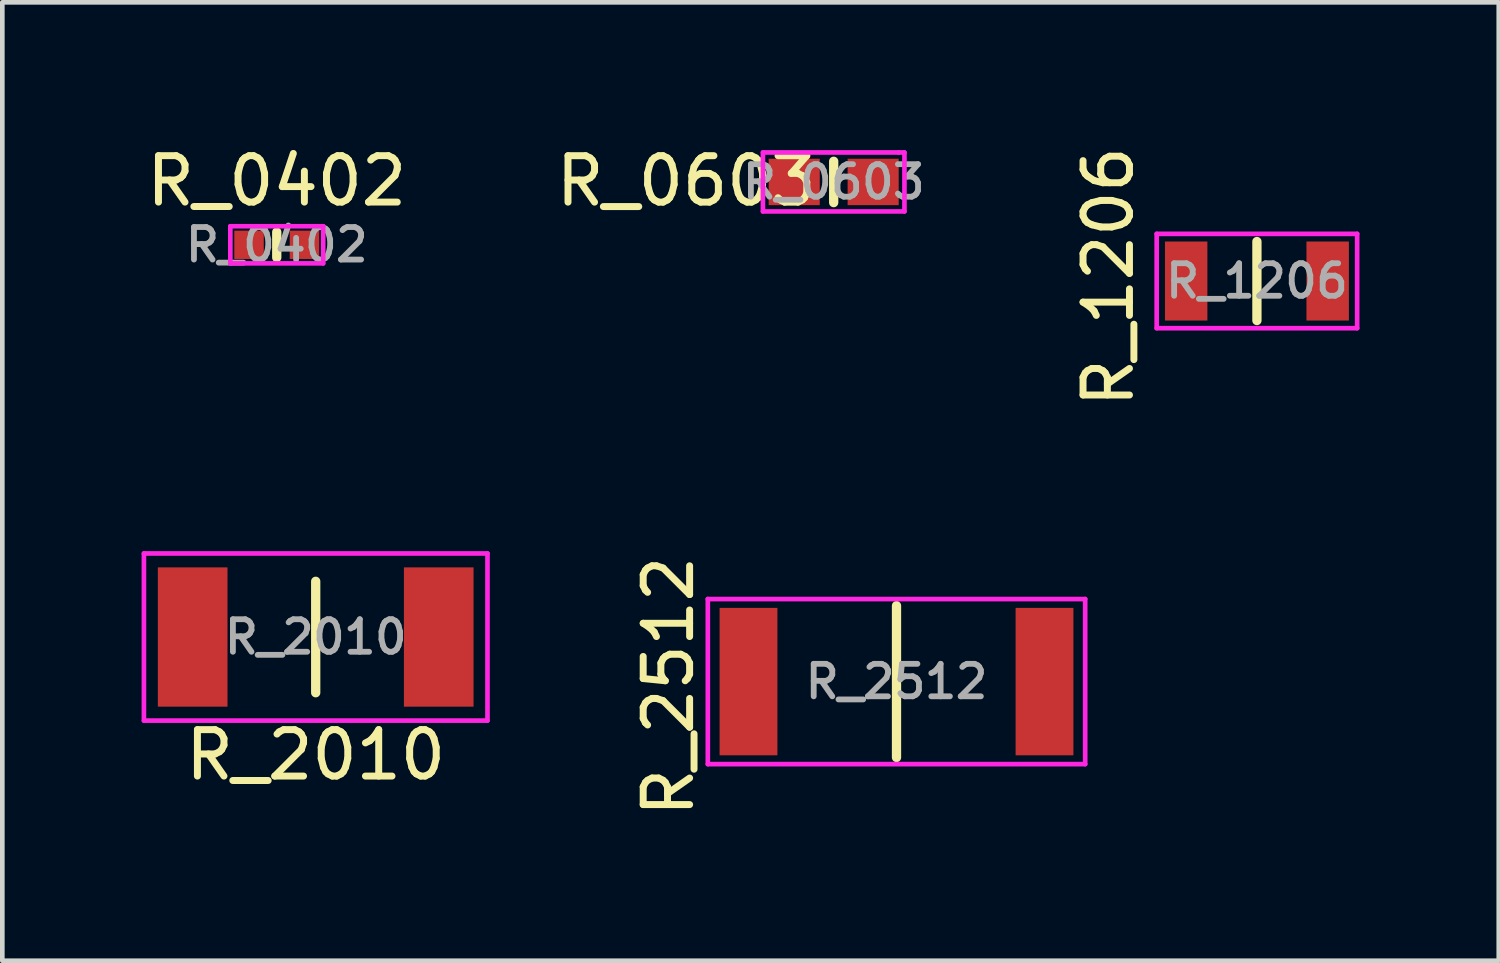
<source format=kicad_pcb>
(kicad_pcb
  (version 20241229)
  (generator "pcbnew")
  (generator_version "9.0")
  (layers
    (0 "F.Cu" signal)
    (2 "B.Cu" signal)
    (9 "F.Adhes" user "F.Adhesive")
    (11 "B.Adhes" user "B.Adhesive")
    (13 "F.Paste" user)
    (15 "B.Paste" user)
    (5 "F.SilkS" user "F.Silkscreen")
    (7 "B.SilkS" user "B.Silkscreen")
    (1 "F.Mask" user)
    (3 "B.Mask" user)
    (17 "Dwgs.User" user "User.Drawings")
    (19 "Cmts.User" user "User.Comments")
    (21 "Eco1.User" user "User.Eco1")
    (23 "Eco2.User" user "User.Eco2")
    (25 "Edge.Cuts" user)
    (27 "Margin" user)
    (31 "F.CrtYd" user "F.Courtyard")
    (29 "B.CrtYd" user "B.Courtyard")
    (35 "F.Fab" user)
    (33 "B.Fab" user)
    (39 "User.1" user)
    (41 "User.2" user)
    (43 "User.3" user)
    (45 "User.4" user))
  (footprint "R_2512"
    (placed yes)
    (layer "F.Cu")
    (at 16.26 11.631)
    (property "Reference" "R_2512" (at -4.911 0.101 90) (layer "F.SilkS") (effects (font (size 1 1) (thickness 0.15))))
    (attr through_hole)
    (fp_line (start 0 -1.635) (end 0 1.635) (stroke (width 0.2) (type solid)) (layer "F.SilkS"))
    (fp_line (start -4.064 -1.778) (end 4.064 -1.778) (stroke (width 0.1) (type solid)) (layer "F.CrtYd"))
    (fp_line (start -4.064 1.778) (end -4.064 -1.778) (stroke (width 0.1) (type solid)) (layer "F.CrtYd"))
    (fp_line (start 4.064 -1.778) (end 4.064 1.778) (stroke (width 0.1) (type solid)) (layer "F.CrtYd"))
    (fp_line (start 4.064 1.778) (end -4.064 1.778) (stroke (width 0.1) (type solid)) (layer "F.CrtYd"))
    (fp_text user "${REFERENCE}" (at 0 0 0) (layer "F.Fab") (effects (font (size 0.7 0.7) (thickness 0.125))))
    (pad "1" smd rect (at -3.188 0) (size 1.245 3.175) (layers "F.Cu" "F.Mask" "F.Paste"))
    (pad "2" smd rect (at 3.188 0) (size 1.245 3.175) (layers "F.Cu" "F.Mask" "F.Paste")))
  (footprint "R_0603"
    (placed yes)
    (layer "F.Cu")
    (at 14.907 0.869)
    (property "Reference" "R_0603" (at -3.175 -0.02 0) (layer "F.SilkS") (effects (font (size 1 1) (thickness 0.15))))
    (attr smd)
    (fp_line (start 0 -0.445) (end 0 0.445) (stroke (width 0.2) (type solid)) (layer "F.SilkS"))
    (fp_line (start -1.524 -0.635) (end -1.524 0.635) (stroke (width 0.1) (type solid)) (layer "F.CrtYd"))
    (fp_line (start -1.524 0.635) (end 1.524 0.635) (stroke (width 0.1) (type solid)) (layer "F.CrtYd"))
    (fp_line (start 1.397 -0.635) (end -1.524 -0.635) (stroke (width 0.1) (type solid)) (layer "F.CrtYd"))
    (fp_line (start 1.524 -0.635) (end 1.397 -0.635) (stroke (width 0.1) (type solid)) (layer "F.CrtYd"))
    (fp_line (start 1.524 0.635) (end 1.524 -0.635) (stroke (width 0.1) (type solid)) (layer "F.CrtYd"))
    (fp_text user "${REFERENCE}" (at 0 0 0) (layer "F.Fab") (effects (font (size 0.7 0.7) (thickness 0.125))))
    (pad "1" smd rect (at -0.85 0) (size 1.1 1) (layers "F.Cu" "F.Mask" "F.Paste"))
    (pad "2" smd rect (at 0.85 0) (size 1.1 1) (layers "F.Cu" "F.Mask" "F.Paste")))
  (footprint "R_2010"
    (layer "F.Cu")
    (at 3.75 10.671)
    (property "Reference" "R_2010" (at 0 2.54 0) (layer "F.SilkS") (effects (font (size 1 1) (thickness 0.15))))
    (attr through_hole)
    (fp_line (start 0 -1.2) (end 0 1.2) (stroke (width 0.2) (type solid)) (layer "F.SilkS"))
    (fp_line (start -3.7 -1.8) (end 3.7 -1.8) (stroke (width 0.1) (type solid)) (layer "F.CrtYd"))
    (fp_line (start -3.7 1.8) (end -3.7 -1.8) (stroke (width 0.1) (type solid)) (layer "F.CrtYd"))
    (fp_line (start 3.7 -1.8) (end 3.7 1.8) (stroke (width 0.1) (type solid)) (layer "F.CrtYd"))
    (fp_line (start 3.7 1.8) (end -3.7 1.8) (stroke (width 0.1) (type solid)) (layer "F.CrtYd"))
    (fp_text user "${REFERENCE}" (at 0 0 0) (layer "F.Fab") (effects (font (size 0.7 0.7) (thickness 0.125))))
    (pad "1" smd rect (at -2.65 0) (size 1.5 3) (layers "F.Cu" "F.Mask" "F.Paste"))
    (pad "2" smd rect (at 2.65 0) (size 1.5 3) (layers "F.Cu" "F.Mask" "F.Paste")))
  (footprint "R_1206"
    (layer "F.Cu")
    (at 24.023 3.003)
    (property "Reference" "R_1206" (at -3.2 -0.093 90) (layer "F.SilkS") (effects (font (size 1 1) (thickness 0.15))))
    (attr through_hole)
    (fp_line (start 0 -0.851) (end 0 0.851) (stroke (width 0.2) (type solid)) (layer "F.SilkS"))
    (fp_line (start -2.159 -1.016) (end 2.159 -1.016) (stroke (width 0.1) (type solid)) (layer "F.CrtYd"))
    (fp_line (start -2.159 1.016) (end -2.159 -1.016) (stroke (width 0.1) (type solid)) (layer "F.CrtYd"))
    (fp_line (start 2.159 -1.016) (end 2.159 1.016) (stroke (width 0.1) (type solid)) (layer "F.CrtYd"))
    (fp_line (start 2.159 1.016) (end -2.159 1.016) (stroke (width 0.1) (type solid)) (layer "F.CrtYd"))
    (fp_text user "${REFERENCE}" (at 0 0 0) (layer "F.Fab") (effects (font (size 0.7 0.7) (thickness 0.125))))
    (pad "1" smd rect (at -1.524 0) (size 0.914 1.702) (layers "F.Cu" "F.Mask" "F.Paste"))
    (pad "2" smd rect (at 1.524 0) (size 0.914 1.702) (layers "F.Cu" "F.Mask" "F.Paste")))
  (footprint "R_0402"
    (layer "F.Cu")
    (at 2.911 2.223)
    (property "Reference" "R_0402" (at 0 -1.375 0) (layer "F.SilkS") (effects (font (size 1 1) (thickness 0.15))))
    (attr through_hole)
    (fp_line (start 0 -0.275) (end 0 0.275) (stroke (width 0.2) (type solid)) (layer "F.SilkS"))
    (fp_line (start -1 -0.4) (end 1 -0.4) (stroke (width 0.1) (type solid)) (layer "F.CrtYd"))
    (fp_line (start -1 0.4) (end -1 -0.4) (stroke (width 0.1) (type solid)) (layer "F.CrtYd"))
    (fp_line (start 1 -0.4) (end 1 0.4) (stroke (width 0.1) (type solid)) (layer "F.CrtYd"))
    (fp_line (start 1 0.4) (end -1 0.4) (stroke (width 0.1) (type solid)) (layer "F.CrtYd"))
    (fp_text user "${REFERENCE}" (at 0 0 0) (layer "F.Fab") (effects (font (size 0.7 0.7) (thickness 0.125))))
    (pad "1" smd rect (at -0.597 0) (size 0.635 0.61) (layers "F.Cu" "F.Mask" "F.Paste"))
    (pad "2" smd rect (at 0.597 0) (size 0.635 0.61) (layers "F.Cu" "F.Mask" "F.Paste")))
  (gr_rect
    (start -3 -3)
    (end 29.232 17.643)
    (stroke (width 0.1) (type default))
    (fill no)
    (layer "Edge.Cuts")))
</source>
